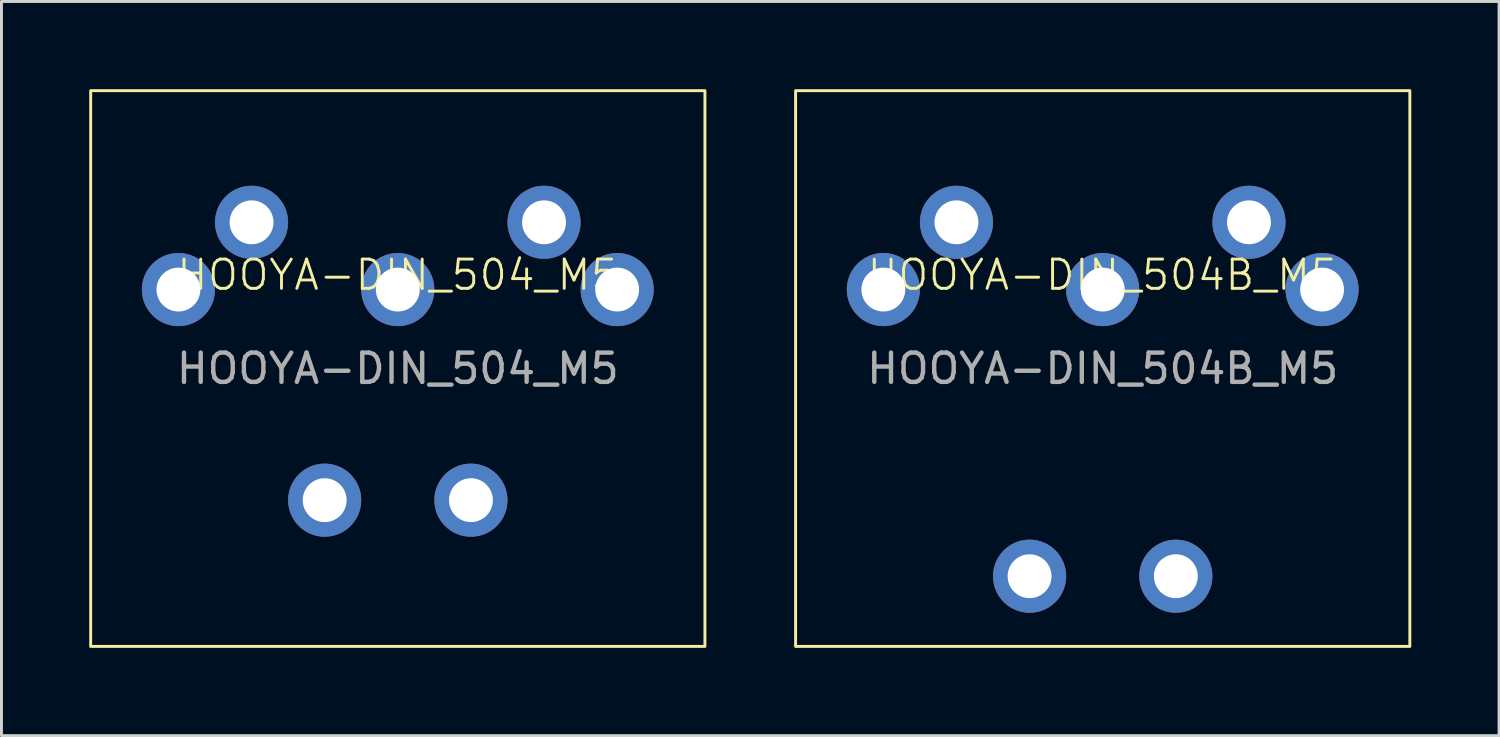
<source format=kicad_pcb>
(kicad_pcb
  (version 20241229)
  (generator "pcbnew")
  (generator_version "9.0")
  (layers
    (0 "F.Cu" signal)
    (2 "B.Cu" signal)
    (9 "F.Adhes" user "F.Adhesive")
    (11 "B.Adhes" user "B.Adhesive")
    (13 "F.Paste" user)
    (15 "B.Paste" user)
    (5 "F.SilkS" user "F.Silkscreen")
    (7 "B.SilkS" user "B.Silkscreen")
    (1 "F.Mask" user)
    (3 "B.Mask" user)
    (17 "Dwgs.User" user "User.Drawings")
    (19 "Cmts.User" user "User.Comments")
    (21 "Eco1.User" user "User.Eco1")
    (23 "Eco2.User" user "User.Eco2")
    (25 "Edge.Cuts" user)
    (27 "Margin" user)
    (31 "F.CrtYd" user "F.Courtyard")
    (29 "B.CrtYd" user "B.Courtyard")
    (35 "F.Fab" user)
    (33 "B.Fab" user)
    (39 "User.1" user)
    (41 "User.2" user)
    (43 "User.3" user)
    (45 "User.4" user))
  (footprint "HOOYA-DIN_504_M5"
    (layer "F.Cu")
    (at 10.55 6.85)
    (property "Reference" "HOOYA-DIN_504_M5" (at 0 -0.5 0) (unlocked yes) (layer "F.SilkS") (effects (font (size 1 1) (thickness 0.1))))
    (attr through_hole)
    (fp_rect (start -10.5 -6.8) (end 10.5 12.2) (stroke (width 0.1) (type solid)) (fill no) (layer "F.SilkS"))
    (fp_text user "${REFERENCE}" (at 0 2.7 0) (unlocked yes) (layer "F.Fab") (effects (font (size 1 1) (thickness 0.15))))
    (pad "" np_thru_hole circle (at -2.5 7.2) (size 2.5 2.5) (drill 1.5) (layers "*.Cu" "*.Mask"))
    (pad "" np_thru_hole circle (at 2.5 7.2) (size 2.5 2.5) (drill 1.5) (layers "*.Cu" "*.Mask"))
    (pad "1" thru_hole circle (at 7.5 0) (size 2.5 2.5) (drill 1.5) (layers "*.Cu" "*.Mask"))
    (pad "2" thru_hole circle (at 0 0) (size 2.5 2.5) (drill 1.5) (layers "*.Cu" "*.Mask"))
    (pad "3" thru_hole circle (at -7.5 0) (size 2.5 2.5) (drill 1.5) (layers "*.Cu" "*.Mask"))
    (pad "4" thru_hole circle (at 5 -2.3) (size 2.5 2.5) (drill 1.5) (layers "*.Cu" "*.Mask"))
    (pad "5" thru_hole circle (at -5 -2.3) (size 2.5 2.5) (drill 1.5) (layers "*.Cu" "*.Mask")))
  (footprint "HOOYA-DIN_504B_M5"
    (layer "F.Cu")
    (at 34.65 6.85)
    (property "Reference" "HOOYA-DIN_504B_M5" (at 0 -0.5 0) (unlocked yes) (layer "F.SilkS") (effects (font (size 1 1) (thickness 0.1))))
    (attr through_hole)
    (fp_rect (start -10.5 -6.8) (end 10.5 12.2) (stroke (width 0.1) (type solid)) (fill no) (layer "F.SilkS"))
    (fp_text user "${REFERENCE}" (at 0 2.7 0) (unlocked yes) (layer "F.Fab") (effects (font (size 1 1) (thickness 0.15))))
    (pad "" np_thru_hole circle (at -2.5 9.8) (size 2.5 2.5) (drill 1.5) (layers "*.Cu" "*.Mask"))
    (pad "" np_thru_hole circle (at 2.5 9.8) (size 2.5 2.5) (drill 1.5) (layers "*.Cu" "*.Mask"))
    (pad "1" thru_hole circle (at 7.5 0) (size 2.5 2.5) (drill 1.5) (layers "*.Cu" "*.Mask"))
    (pad "2" thru_hole circle (at 0 0) (size 2.5 2.5) (drill 1.5) (layers "*.Cu" "*.Mask"))
    (pad "3" thru_hole circle (at -7.5 0) (size 2.5 2.5) (drill 1.5) (layers "*.Cu" "*.Mask"))
    (pad "4" thru_hole circle (at 5 -2.3) (size 2.5 2.5) (drill 1.5) (layers "*.Cu" "*.Mask"))
    (pad "5" thru_hole circle (at -5 -2.3) (size 2.5 2.5) (drill 1.5) (layers "*.Cu" "*.Mask")))
  (gr_rect
    (start -3 -3)
    (end 48.2 22.1)
    (stroke (width 0.1) (type default))
    (fill no)
    (layer "Edge.Cuts")))
</source>
